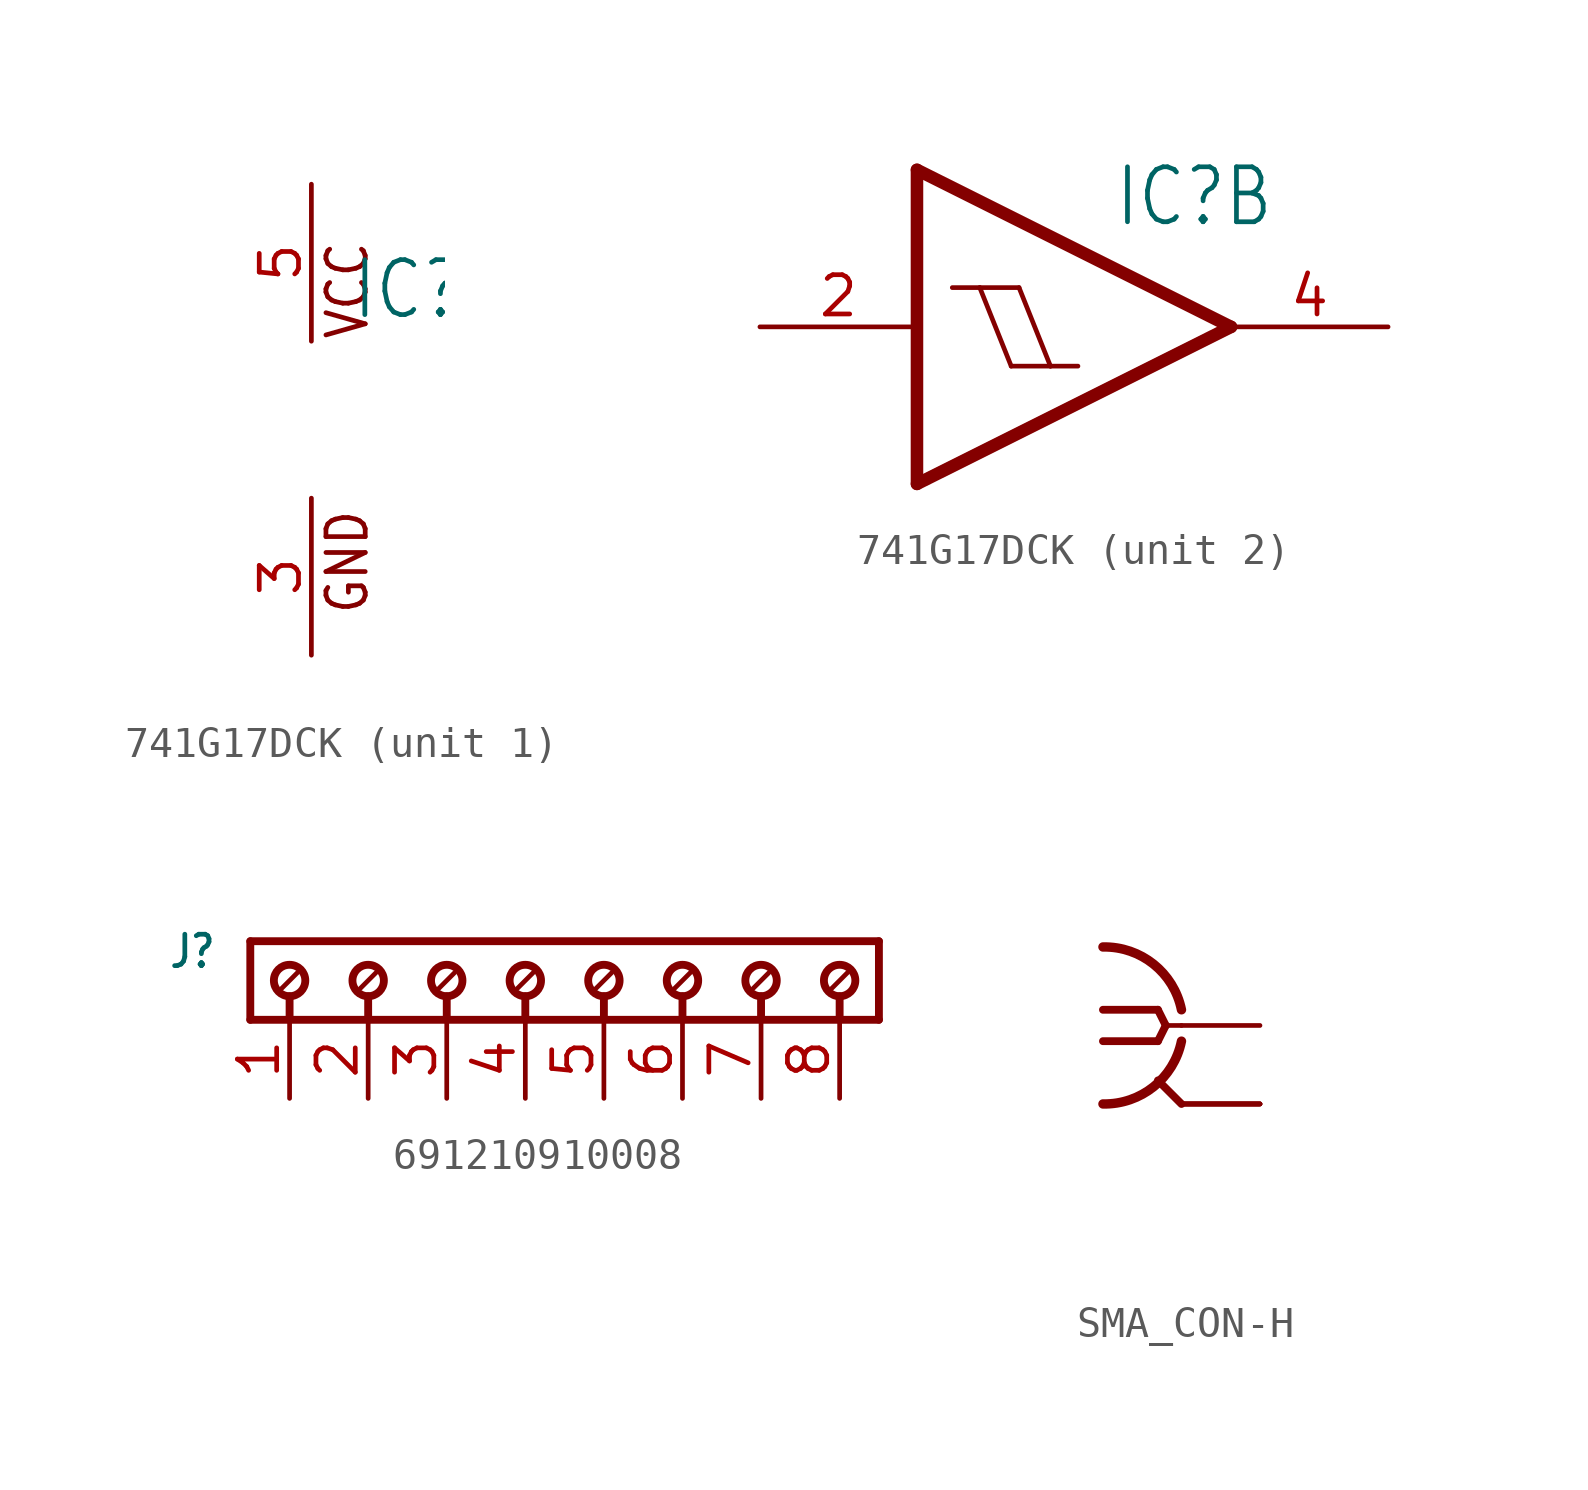
<source format=kicad_sym>
(kicad_symbol_lib
  (version 20231120)
  (generator "kicad_symbol_editor")
  (generator_version "8.0")
  (symbol "741G17DCK"
    (property "Reference" "IC"
      (at 1.27 3.175 0)
      (effects (font (size 1.778 1.511)) (justify left bottom)))
    (property "ki_locked" ""
      (at 0 0 0)
      (effects (font (size 1.27 1.27))))
    (symbol "741G17DCK_1_0"
      (text "GND" (at 1.905 -6.35 900) (effects (font (size 1.27 1.079)) (justify left bottom)))
      (text "VCC" (at 1.905 2.54 900) (effects (font (size 1.27 1.079)) (justify left bottom)))
      (pin power_in line (at 0 -7.62 90) (length 5.08) (name "GND" (effects (font (size 0 0)))) (number "3" (effects (font (size 1.27 1.27)))))
      (pin power_in line (at 0 7.62 270) (length 5.08) (name "VCC" (effects (font (size 0 0)))) (number "5" (effects (font (size 1.27 1.27))))))
    (symbol "741G17DCK_2_0"
      (polyline (pts (xy -5.08 -5.08) (xy -5.08 5.08)) (stroke (width 0.406) (type solid)) (fill (type none)))
      (polyline (pts (xy -5.08 5.08) (xy 5.08 0)) (stroke (width 0.406) (type solid)) (fill (type none)))
      (polyline (pts (xy -3.937 1.27) (xy -3.048 1.27)) (stroke (width 0.152) (type solid)) (fill (type none)))
      (polyline (pts (xy -3.048 1.27) (xy -1.778 1.27)) (stroke (width 0.152) (type solid)) (fill (type none)))
      (polyline (pts (xy -2.032 -1.27) (xy -3.048 1.27)) (stroke (width 0.152) (type solid)) (fill (type none)))
      (polyline (pts (xy -2.032 -1.27) (xy -0.762 -1.27)) (stroke (width 0.152) (type solid)) (fill (type none)))
      (polyline (pts (xy -0.762 -1.27) (xy -1.778 1.27)) (stroke (width 0.152) (type solid)) (fill (type none)))
      (polyline (pts (xy -0.762 -1.27) (xy 0.127 -1.27)) (stroke (width 0.152) (type solid)) (fill (type none)))
      (polyline (pts (xy 5.08 0) (xy -5.08 -5.08)) (stroke (width 0.406) (type solid)) (fill (type none)))
      (pin input line (at -10.16 0 0) (length 5.08) (name "I" (effects (font (size 0 0)))) (number "2" (effects (font (size 1.27 1.27)))))
      (pin output line (at 10.16 0 180) (length 5.08) (name "O" (effects (font (size 0 0)))) (number "4" (effects (font (size 1.27 1.27)))))))
  (symbol "691210910008"
    (property "Reference" "J"
      (at -12.5 -0.922 0)
      (effects (font (size 1.016 0.864)) (justify right bottom)))
    (property "Value" ""
      (at -12.45 -2.58 0)
      (effects (font (size 1.016 0.864)) (justify right bottom)))
    (property "ki_locked" ""
      (at 0 0 0)
      (effects (font (size 1.27 1.27))))
    (symbol "691210910008_1_0"
      (circle (center -10.16 -1.27) (radius 0.508) (stroke (width 0.254) (type solid)) (fill (type none)))
      (circle (center -7.62 -1.27) (radius 0.508) (stroke (width 0.254) (type solid)) (fill (type none)))
      (circle (center -5.08 -1.27) (radius 0.508) (stroke (width 0.254) (type solid)) (fill (type none)))
      (circle (center -2.54 -1.27) (radius 0.508) (stroke (width 0.254) (type solid)) (fill (type none)))
      (circle (center 0 -1.27) (radius 0.508) (stroke (width 0.254) (type solid)) (fill (type none)))
      (polyline (pts (xy -11.43 -2.54) (xy -11.43 0)) (stroke (width 0.254) (type solid)) (fill (type none)))
      (polyline (pts (xy -11.43 0) (xy 8.89 0)) (stroke (width 0.254) (type solid)) (fill (type none)))
      (polyline (pts (xy -10.16 -1.778) (xy -10.16 -2.54)) (stroke (width 0.254) (type solid)) (fill (type none)))
      (polyline (pts (xy -9.906 -1.016) (xy -10.414 -1.524)) (stroke (width 0.152) (type solid)) (fill (type none)))
      (polyline (pts (xy -7.62 -1.778) (xy -7.62 -2.54)) (stroke (width 0.254) (type solid)) (fill (type none)))
      (polyline (pts (xy -7.366 -1.016) (xy -7.874 -1.524)) (stroke (width 0.152) (type solid)) (fill (type none)))
      (polyline (pts (xy -5.08 -1.778) (xy -5.08 -2.54)) (stroke (width 0.254) (type solid)) (fill (type none)))
      (polyline (pts (xy -4.826 -1.016) (xy -5.334 -1.524)) (stroke (width 0.152) (type solid)) (fill (type none)))
      (polyline (pts (xy -2.54 -1.778) (xy -2.54 -2.54)) (stroke (width 0.254) (type solid)) (fill (type none)))
      (polyline (pts (xy -2.286 -1.016) (xy -2.794 -1.524)) (stroke (width 0.152) (type solid)) (fill (type none)))
      (polyline (pts (xy 0 -1.778) (xy 0 -2.54)) (stroke (width 0.254) (type solid)) (fill (type none)))
      (polyline (pts (xy 0.254 -1.016) (xy -0.254 -1.524)) (stroke (width 0.152) (type solid)) (fill (type none)))
      (polyline (pts (xy 2.54 -1.778) (xy 2.54 -2.54)) (stroke (width 0.254) (type solid)) (fill (type none)))
      (polyline (pts (xy 2.794 -1.016) (xy 2.286 -1.524)) (stroke (width 0.152) (type solid)) (fill (type none)))
      (polyline (pts (xy 5.08 -1.778) (xy 5.08 -2.54)) (stroke (width 0.254) (type solid)) (fill (type none)))
      (polyline (pts (xy 5.334 -1.016) (xy 4.826 -1.524)) (stroke (width 0.152) (type solid)) (fill (type none)))
      (polyline (pts (xy 7.62 -1.778) (xy 7.62 -2.54)) (stroke (width 0.254) (type solid)) (fill (type none)))
      (polyline (pts (xy 7.874 -1.016) (xy 7.366 -1.524)) (stroke (width 0.152) (type solid)) (fill (type none)))
      (polyline (pts (xy 8.89 -2.54) (xy -11.43 -2.54)) (stroke (width 0.254) (type solid)) (fill (type none)))
      (polyline (pts (xy 8.89 0) (xy 8.89 -2.54)) (stroke (width 0.254) (type solid)) (fill (type none)))
      (circle (center 2.54 -1.27) (radius 0.508) (stroke (width 0.254) (type solid)) (fill (type none)))
      (circle (center 5.08 -1.27) (radius 0.508) (stroke (width 0.254) (type solid)) (fill (type none)))
      (circle (center 7.62 -1.27) (radius 0.508) (stroke (width 0.254) (type solid)) (fill (type none)))
      (pin passive line (at -10.16 -5.08 90) (length 2.54) (name "1" (effects (font (size 0 0)))) (number "1" (effects (font (size 1.27 1.27)))))
      (pin passive line (at -7.62 -5.08 90) (length 2.54) (name "2" (effects (font (size 0 0)))) (number "2" (effects (font (size 1.27 1.27)))))
      (pin passive line (at -5.08 -5.08 90) (length 2.54) (name "3" (effects (font (size 0 0)))) (number "3" (effects (font (size 1.27 1.27)))))
      (pin passive line (at -2.54 -5.08 90) (length 2.54) (name "4" (effects (font (size 0 0)))) (number "4" (effects (font (size 1.27 1.27)))))
      (pin passive line (at 0 -5.08 90) (length 2.54) (name "5" (effects (font (size 0 0)))) (number "5" (effects (font (size 1.27 1.27)))))
      (pin passive line (at 2.54 -5.08 90) (length 2.54) (name "6" (effects (font (size 0 0)))) (number "6" (effects (font (size 1.27 1.27)))))
      (pin passive line (at 5.08 -5.08 90) (length 2.54) (name "7" (effects (font (size 0 0)))) (number "7" (effects (font (size 1.27 1.27)))))
      (pin passive line (at 7.62 -5.08 90) (length 2.54) (name "8" (effects (font (size 0 0)))) (number "8" (effects (font (size 1.27 1.27)))))))
  (symbol "SMA_CON-H"
    (property "Reference" ""
      (at -2.54 3.302 0)
      (effects (font (size 1.778 1.511)) (justify left bottom) (hide yes)))
    (property "Value" ""
      (at -2.54 -7.62 0)
      (effects (font (size 1.778 1.511)) (justify left bottom)))
    (property "ki_locked" ""
      (at 0 0 0)
      (effects (font (size 1.27 1.27))))
    (symbol "SMA_CON-H_1_0"
      (arc (start -2.54 -2.54) (mid -0.9022 -1.9838) (end 0 -0.508) (stroke (width 0.3048) (type solid)) (fill (type none)))
      (polyline (pts (xy -2.54 0.508) (xy -0.762 0.508)) (stroke (width 0.254) (type solid)) (fill (type none)))
      (polyline (pts (xy -0.762 -0.508) (xy -2.54 -0.508)) (stroke (width 0.254) (type solid)) (fill (type none)))
      (polyline (pts (xy -0.762 0.508) (xy -0.508 0)) (stroke (width 0.254) (type solid)) (fill (type none)))
      (polyline (pts (xy -0.508 0) (xy -0.762 -0.508)) (stroke (width 0.254) (type solid)) (fill (type none)))
      (polyline (pts (xy 0 -2.54) (xy -0.762 -1.778)) (stroke (width 0.254) (type solid)) (fill (type none)))
      (polyline (pts (xy 0 0) (xy -0.508 0)) (stroke (width 0.152) (type solid)) (fill (type none)))
      (arc (start 0 0.508) (mid -0.9022 1.9838) (end -2.54 2.54) (stroke (width 0.3048) (type solid)) (fill (type none)))
      (pin passive line (at 2.54 0 180) (length 2.54) (name "1" (effects (font (size 0 0)))) (number "1" (effects (font (size 0 0)))))
      (pin passive line (at 2.54 -2.54 180) (length 2.54) (name "GND@1" (effects (font (size 0 0)))) (number "2" (effects (font (size 0 0)))))
      (pin passive line (at 2.54 -2.54 180) (length 2.54) (name "GND@1" (effects (font (size 0 0)))) (number "3" (effects (font (size 0 0)))))
      (pin passive line (at 2.54 -2.54 180) (length 2.54) (name "GND@1" (effects (font (size 0 0)))) (number "4" (effects (font (size 0 0)))))
      (pin passive line (at 2.54 -2.54 180) (length 2.54) (name "GND@1" (effects (font (size 0 0)))) (number "5" (effects (font (size 0 0))))))))
</source>
